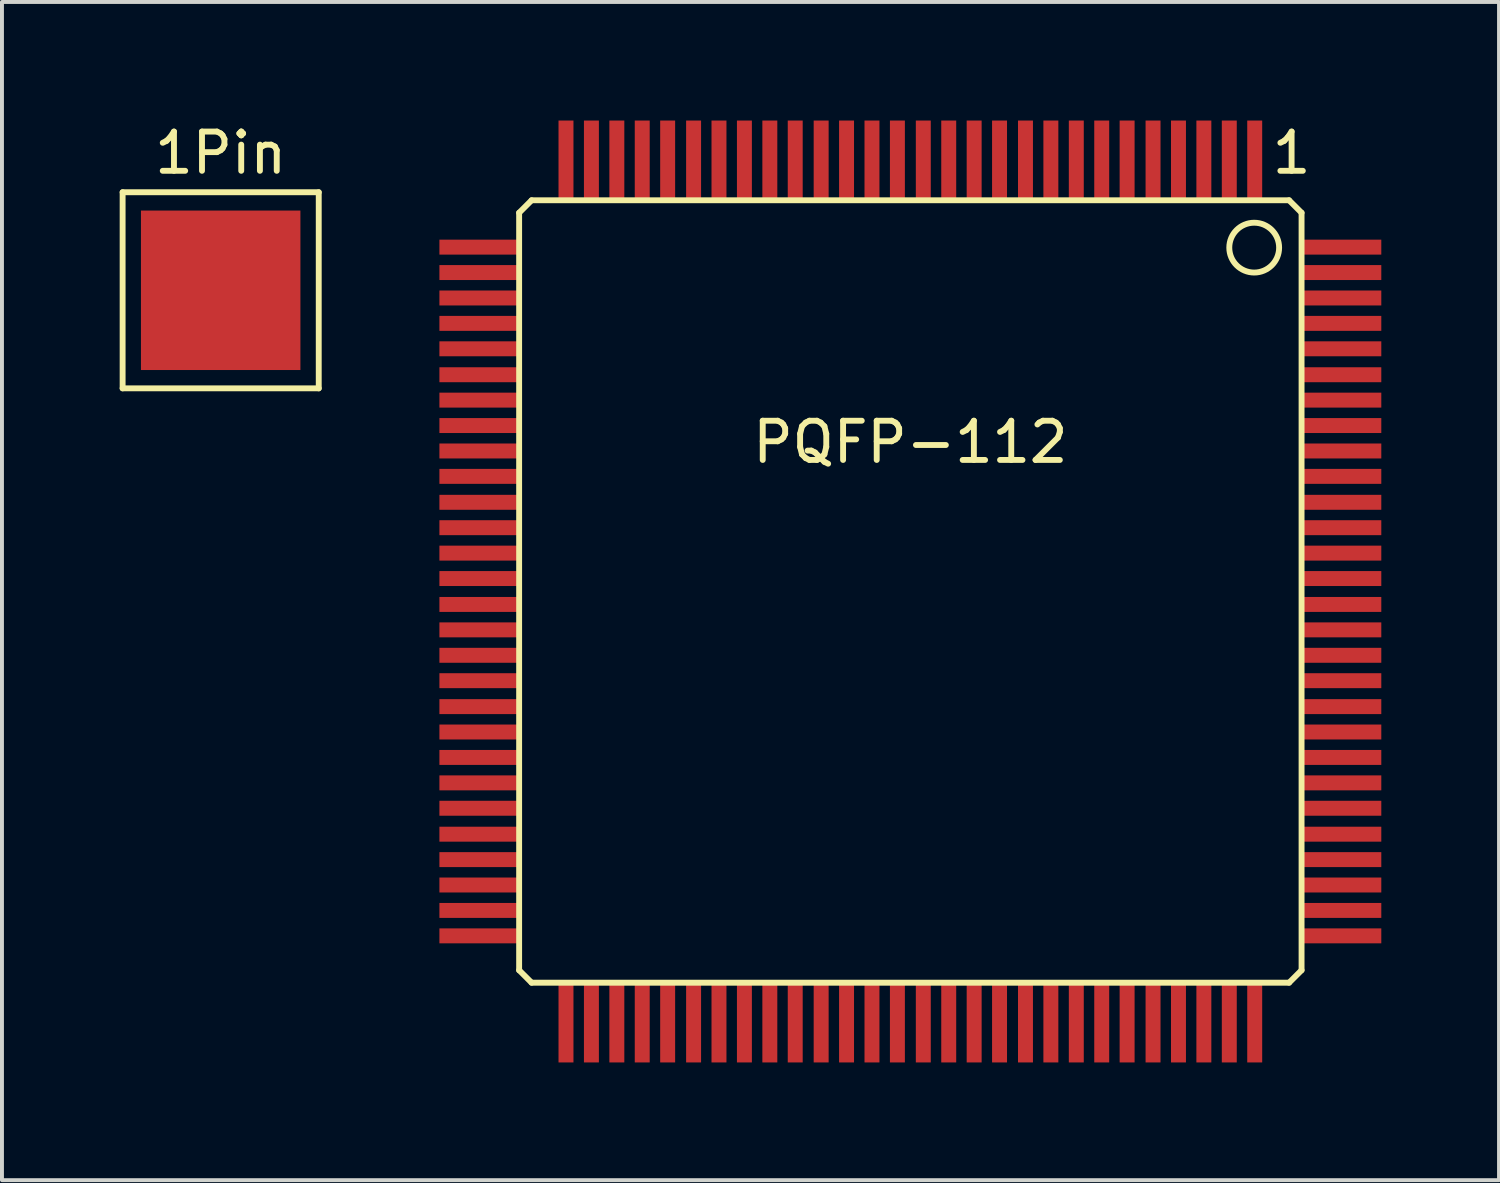
<source format=kicad_pcb>
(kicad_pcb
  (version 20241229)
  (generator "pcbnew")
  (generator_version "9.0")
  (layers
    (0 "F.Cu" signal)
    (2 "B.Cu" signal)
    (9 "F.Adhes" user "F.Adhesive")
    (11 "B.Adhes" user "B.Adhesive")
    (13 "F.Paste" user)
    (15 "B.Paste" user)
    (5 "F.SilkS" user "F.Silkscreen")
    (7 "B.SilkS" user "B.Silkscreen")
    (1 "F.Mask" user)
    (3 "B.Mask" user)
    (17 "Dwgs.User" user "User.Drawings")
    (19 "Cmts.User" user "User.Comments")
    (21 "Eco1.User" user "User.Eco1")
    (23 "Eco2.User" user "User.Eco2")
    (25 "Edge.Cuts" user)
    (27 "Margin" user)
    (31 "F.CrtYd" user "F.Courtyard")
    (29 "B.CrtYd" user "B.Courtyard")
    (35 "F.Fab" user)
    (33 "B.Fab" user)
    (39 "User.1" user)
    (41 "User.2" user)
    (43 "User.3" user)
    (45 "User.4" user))
  (footprint "PQFP-112"
    (layer "F.Cu")
    (at 20.15 12.024)
    (property "Reference" "PQFP-112" (at 0 -3.807 0) (layer "F.SilkS") (effects (font (size 1 1) (thickness 0.15))))
    (attr smd)
    (fp_line (start -9.97 -9.652) (end -9.97 9.652) (stroke (width 0.15) (type solid)) (layer "F.SilkS"))
    (fp_line (start -9.97 -9.652) (end -9.652 -9.97) (stroke (width 0.15) (type solid)) (layer "F.SilkS"))
    (fp_line (start -9.97 9.652) (end -9.652 9.97) (stroke (width 0.15) (type solid)) (layer "F.SilkS"))
    (fp_line (start -9.652 -9.97) (end 9.652 -9.97) (stroke (width 0.15) (type solid)) (layer "F.SilkS"))
    (fp_line (start 9.652 9.97) (end -9.652 9.97) (stroke (width 0.15) (type solid)) (layer "F.SilkS"))
    (fp_line (start 9.97 -9.652) (end 9.652 -9.97) (stroke (width 0.15) (type solid)) (layer "F.SilkS"))
    (fp_line (start 9.97 9.652) (end 9.652 9.97) (stroke (width 0.15) (type solid)) (layer "F.SilkS"))
    (fp_line (start 9.97 9.652) (end 9.97 -9.652) (stroke (width 0.15) (type solid)) (layer "F.SilkS"))
    (fp_circle (center 8.763 -8.763) (end 8.763 -8.128) (stroke (width 0.15) (type solid)) (fill no) (layer "F.SilkS"))
    (fp_text user "1" (at 9.716 -11.176 0) (layer "F.SilkS") (effects (font (size 1 1) (thickness 0.15))))
    (pad "1" smd rect (at 8.776 -10.986 90) (size 2.032 0.381) (layers "F.Cu" "F.Mask" "F.Paste"))
    (pad "2" smd rect (at 8.128 -10.986 90) (size 2.032 0.381) (layers "F.Cu" "F.Mask" "F.Paste"))
    (pad "3" smd rect (at 7.48 -10.986 90) (size 2.032 0.381) (layers "F.Cu" "F.Mask" "F.Paste"))
    (pad "4" smd rect (at 6.833 -10.986 90) (size 2.032 0.381) (layers "F.Cu" "F.Mask" "F.Paste"))
    (pad "5" smd rect (at 6.185 -10.986 90) (size 2.032 0.381) (layers "F.Cu" "F.Mask" "F.Paste"))
    (pad "6" smd rect (at 5.524 -10.986 90) (size 2.032 0.381) (layers "F.Cu" "F.Mask" "F.Paste"))
    (pad "7" smd rect (at 4.877 -10.986 90) (size 2.032 0.381) (layers "F.Cu" "F.Mask" "F.Paste"))
    (pad "8" smd rect (at 4.229 -10.986 90) (size 2.032 0.381) (layers "F.Cu" "F.Mask" "F.Paste"))
    (pad "9" smd rect (at 3.581 -10.986 90) (size 2.032 0.381) (layers "F.Cu" "F.Mask" "F.Paste"))
    (pad "10" smd rect (at 2.934 -10.986 90) (size 2.032 0.381) (layers "F.Cu" "F.Mask" "F.Paste"))
    (pad "11" smd rect (at 2.273 -10.986 90) (size 2.032 0.381) (layers "F.Cu" "F.Mask" "F.Paste"))
    (pad "12" smd rect (at 1.626 -10.986 90) (size 2.032 0.381) (layers "F.Cu" "F.Mask" "F.Paste"))
    (pad "13" smd rect (at 0.978 -10.986 90) (size 2.032 0.381) (layers "F.Cu" "F.Mask" "F.Paste"))
    (pad "14" smd rect (at 0.33 -10.986 90) (size 2.032 0.381) (layers "F.Cu" "F.Mask" "F.Paste"))
    (pad "15" smd rect (at -0.33 -10.986 90) (size 2.032 0.381) (layers "F.Cu" "F.Mask" "F.Paste"))
    (pad "16" smd rect (at -0.978 -10.986 90) (size 2.032 0.381) (layers "F.Cu" "F.Mask" "F.Paste"))
    (pad "17" smd rect (at -1.626 -10.986 90) (size 2.032 0.381) (layers "F.Cu" "F.Mask" "F.Paste"))
    (pad "18" smd rect (at -2.273 -10.986 90) (size 2.032 0.381) (layers "F.Cu" "F.Mask" "F.Paste"))
    (pad "19" smd rect (at -2.934 -10.986 90) (size 2.032 0.381) (layers "F.Cu" "F.Mask" "F.Paste"))
    (pad "20" smd rect (at -3.581 -10.986 90) (size 2.032 0.381) (layers "F.Cu" "F.Mask" "F.Paste"))
    (pad "21" smd rect (at -4.229 -10.986 90) (size 2.032 0.381) (layers "F.Cu" "F.Mask" "F.Paste"))
    (pad "22" smd rect (at -4.877 -10.986 90) (size 2.032 0.381) (layers "F.Cu" "F.Mask" "F.Paste"))
    (pad "23" smd rect (at -5.524 -10.986 90) (size 2.032 0.381) (layers "F.Cu" "F.Mask" "F.Paste"))
    (pad "24" smd rect (at -6.185 -10.986 90) (size 2.032 0.381) (layers "F.Cu" "F.Mask" "F.Paste"))
    (pad "25" smd rect (at -6.833 -10.986 90) (size 2.032 0.381) (layers "F.Cu" "F.Mask" "F.Paste"))
    (pad "26" smd rect (at -7.48 -10.986 90) (size 2.032 0.381) (layers "F.Cu" "F.Mask" "F.Paste"))
    (pad "27" smd rect (at -8.128 -10.986 90) (size 2.032 0.381) (layers "F.Cu" "F.Mask" "F.Paste"))
    (pad "28" smd rect (at -8.776 -10.986 90) (size 2.032 0.381) (layers "F.Cu" "F.Mask" "F.Paste"))
    (pad "29" smd rect (at -10.986 -8.776) (size 2.032 0.381) (layers "F.Cu" "F.Mask" "F.Paste"))
    (pad "30" smd rect (at -10.986 -8.128) (size 2.032 0.381) (layers "F.Cu" "F.Mask" "F.Paste"))
    (pad "31" smd rect (at -10.986 -7.48) (size 2.032 0.381) (layers "F.Cu" "F.Mask" "F.Paste"))
    (pad "32" smd rect (at -10.986 -6.833) (size 2.032 0.381) (layers "F.Cu" "F.Mask" "F.Paste"))
    (pad "33" smd rect (at -10.986 -6.185) (size 2.032 0.381) (layers "F.Cu" "F.Mask" "F.Paste"))
    (pad "34" smd rect (at -10.986 -5.524) (size 2.032 0.381) (layers "F.Cu" "F.Mask" "F.Paste"))
    (pad "35" smd rect (at -10.986 -4.877) (size 2.032 0.381) (layers "F.Cu" "F.Mask" "F.Paste"))
    (pad "36" smd rect (at -10.986 -4.229) (size 2.032 0.381) (layers "F.Cu" "F.Mask" "F.Paste"))
    (pad "37" smd rect (at -10.986 -3.581) (size 2.032 0.381) (layers "F.Cu" "F.Mask" "F.Paste"))
    (pad "38" smd rect (at -10.986 -2.934) (size 2.032 0.381) (layers "F.Cu" "F.Mask" "F.Paste"))
    (pad "39" smd rect (at -10.986 -2.273) (size 2.032 0.381) (layers "F.Cu" "F.Mask" "F.Paste"))
    (pad "40" smd rect (at -10.986 -1.626) (size 2.032 0.381) (layers "F.Cu" "F.Mask" "F.Paste"))
    (pad "41" smd rect (at -10.986 -0.978) (size 2.032 0.381) (layers "F.Cu" "F.Mask" "F.Paste"))
    (pad "42" smd rect (at -10.986 -0.33) (size 2.032 0.381) (layers "F.Cu" "F.Mask" "F.Paste"))
    (pad "43" smd rect (at -10.986 0.33) (size 2.032 0.381) (layers "F.Cu" "F.Mask" "F.Paste"))
    (pad "44" smd rect (at -10.986 0.978) (size 2.032 0.381) (layers "F.Cu" "F.Mask" "F.Paste"))
    (pad "45" smd rect (at -10.986 1.626) (size 2.032 0.381) (layers "F.Cu" "F.Mask" "F.Paste"))
    (pad "46" smd rect (at -10.986 2.273) (size 2.032 0.381) (layers "F.Cu" "F.Mask" "F.Paste"))
    (pad "47" smd rect (at -10.986 2.934) (size 2.032 0.381) (layers "F.Cu" "F.Mask" "F.Paste"))
    (pad "48" smd rect (at -10.986 3.581) (size 2.032 0.381) (layers "F.Cu" "F.Mask" "F.Paste"))
    (pad "49" smd rect (at -10.986 4.229) (size 2.032 0.381) (layers "F.Cu" "F.Mask" "F.Paste"))
    (pad "50" smd rect (at -10.986 4.877) (size 2.032 0.381) (layers "F.Cu" "F.Mask" "F.Paste"))
    (pad "51" smd rect (at -10.986 5.524) (size 2.032 0.381) (layers "F.Cu" "F.Mask" "F.Paste"))
    (pad "52" smd rect (at -10.986 6.185) (size 2.032 0.381) (layers "F.Cu" "F.Mask" "F.Paste"))
    (pad "53" smd rect (at -10.986 6.833) (size 2.032 0.381) (layers "F.Cu" "F.Mask" "F.Paste"))
    (pad "54" smd rect (at -10.986 7.48) (size 2.032 0.381) (layers "F.Cu" "F.Mask" "F.Paste"))
    (pad "55" smd rect (at -10.986 8.128) (size 2.032 0.381) (layers "F.Cu" "F.Mask" "F.Paste"))
    (pad "56" smd rect (at -10.986 8.776) (size 2.032 0.381) (layers "F.Cu" "F.Mask" "F.Paste"))
    (pad "57" smd rect (at -8.776 10.986 90) (size 2.032 0.381) (layers "F.Cu" "F.Mask" "F.Paste"))
    (pad "58" smd rect (at -8.128 10.986 90) (size 2.032 0.381) (layers "F.Cu" "F.Mask" "F.Paste"))
    (pad "59" smd rect (at -7.48 10.986 90) (size 2.032 0.381) (layers "F.Cu" "F.Mask" "F.Paste"))
    (pad "60" smd rect (at -6.833 10.986 90) (size 2.032 0.381) (layers "F.Cu" "F.Mask" "F.Paste"))
    (pad "61" smd rect (at -6.185 10.986 90) (size 2.032 0.381) (layers "F.Cu" "F.Mask" "F.Paste"))
    (pad "62" smd rect (at -5.524 10.986 90) (size 2.032 0.381) (layers "F.Cu" "F.Mask" "F.Paste"))
    (pad "63" smd rect (at -4.877 10.986 90) (size 2.032 0.381) (layers "F.Cu" "F.Mask" "F.Paste"))
    (pad "64" smd rect (at -4.229 10.986 90) (size 2.032 0.381) (layers "F.Cu" "F.Mask" "F.Paste"))
    (pad "65" smd rect (at -3.581 10.986 90) (size 2.032 0.381) (layers "F.Cu" "F.Mask" "F.Paste"))
    (pad "66" smd rect (at -2.934 10.986 90) (size 2.032 0.381) (layers "F.Cu" "F.Mask" "F.Paste"))
    (pad "67" smd rect (at -2.273 10.986 90) (size 2.032 0.381) (layers "F.Cu" "F.Mask" "F.Paste"))
    (pad "68" smd rect (at -1.626 10.986 90) (size 2.032 0.381) (layers "F.Cu" "F.Mask" "F.Paste"))
    (pad "69" smd rect (at -0.978 10.986 90) (size 2.032 0.381) (layers "F.Cu" "F.Mask" "F.Paste"))
    (pad "70" smd rect (at -0.33 10.986 90) (size 2.032 0.381) (layers "F.Cu" "F.Mask" "F.Paste"))
    (pad "71" smd rect (at 0.33 10.986 90) (size 2.032 0.381) (layers "F.Cu" "F.Mask" "F.Paste"))
    (pad "72" smd rect (at 0.978 10.986 90) (size 2.032 0.381) (layers "F.Cu" "F.Mask" "F.Paste"))
    (pad "73" smd rect (at 1.626 10.986 90) (size 2.032 0.381) (layers "F.Cu" "F.Mask" "F.Paste"))
    (pad "74" smd rect (at 2.273 10.986 90) (size 2.032 0.381) (layers "F.Cu" "F.Mask" "F.Paste"))
    (pad "75" smd rect (at 2.934 10.986 90) (size 2.032 0.381) (layers "F.Cu" "F.Mask" "F.Paste"))
    (pad "76" smd rect (at 3.581 10.986 90) (size 2.032 0.381) (layers "F.Cu" "F.Mask" "F.Paste"))
    (pad "77" smd rect (at 4.229 10.986 90) (size 2.032 0.381) (layers "F.Cu" "F.Mask" "F.Paste"))
    (pad "78" smd rect (at 4.877 10.986 90) (size 2.032 0.381) (layers "F.Cu" "F.Mask" "F.Paste"))
    (pad "79" smd rect (at 5.524 10.986 90) (size 2.032 0.381) (layers "F.Cu" "F.Mask" "F.Paste"))
    (pad "80" smd rect (at 6.185 10.986 90) (size 2.032 0.381) (layers "F.Cu" "F.Mask" "F.Paste"))
    (pad "81" smd rect (at 6.833 10.986 90) (size 2.032 0.381) (layers "F.Cu" "F.Mask" "F.Paste"))
    (pad "82" smd rect (at 7.48 10.986 90) (size 2.032 0.381) (layers "F.Cu" "F.Mask" "F.Paste"))
    (pad "83" smd rect (at 8.128 10.986 90) (size 2.032 0.381) (layers "F.Cu" "F.Mask" "F.Paste"))
    (pad "84" smd rect (at 8.776 10.986 90) (size 2.032 0.381) (layers "F.Cu" "F.Mask" "F.Paste"))
    (pad "85" smd rect (at 10.986 8.776) (size 2.032 0.381) (layers "F.Cu" "F.Mask" "F.Paste"))
    (pad "86" smd rect (at 10.986 8.128) (size 2.032 0.381) (layers "F.Cu" "F.Mask" "F.Paste"))
    (pad "87" smd rect (at 10.986 7.48) (size 2.032 0.381) (layers "F.Cu" "F.Mask" "F.Paste"))
    (pad "88" smd rect (at 10.986 6.833) (size 2.032 0.381) (layers "F.Cu" "F.Mask" "F.Paste"))
    (pad "89" smd rect (at 10.986 6.185) (size 2.032 0.381) (layers "F.Cu" "F.Mask" "F.Paste"))
    (pad "90" smd rect (at 10.986 5.524) (size 2.032 0.381) (layers "F.Cu" "F.Mask" "F.Paste"))
    (pad "91" smd rect (at 10.986 4.877) (size 2.032 0.381) (layers "F.Cu" "F.Mask" "F.Paste"))
    (pad "92" smd rect (at 10.986 4.229) (size 2.032 0.381) (layers "F.Cu" "F.Mask" "F.Paste"))
    (pad "93" smd rect (at 10.986 3.581) (size 2.032 0.381) (layers "F.Cu" "F.Mask" "F.Paste"))
    (pad "94" smd rect (at 10.986 2.934) (size 2.032 0.381) (layers "F.Cu" "F.Mask" "F.Paste"))
    (pad "95" smd rect (at 10.986 2.273) (size 2.032 0.381) (layers "F.Cu" "F.Mask" "F.Paste"))
    (pad "96" smd rect (at 10.986 1.626) (size 2.032 0.381) (layers "F.Cu" "F.Mask" "F.Paste"))
    (pad "97" smd rect (at 10.986 0.978) (size 2.032 0.381) (layers "F.Cu" "F.Mask" "F.Paste"))
    (pad "98" smd rect (at 10.986 0.33) (size 2.032 0.381) (layers "F.Cu" "F.Mask" "F.Paste"))
    (pad "99" smd rect (at 10.986 -0.33) (size 2.032 0.381) (layers "F.Cu" "F.Mask" "F.Paste"))
    (pad "100" smd rect (at 10.986 -0.978) (size 2.032 0.381) (layers "F.Cu" "F.Mask" "F.Paste"))
    (pad "101" smd rect (at 10.986 -1.626) (size 2.032 0.381) (layers "F.Cu" "F.Mask" "F.Paste"))
    (pad "102" smd rect (at 10.986 -2.273) (size 2.032 0.381) (layers "F.Cu" "F.Mask" "F.Paste"))
    (pad "103" smd rect (at 10.986 -2.934) (size 2.032 0.381) (layers "F.Cu" "F.Mask" "F.Paste"))
    (pad "104" smd rect (at 10.986 -3.581) (size 2.032 0.381) (layers "F.Cu" "F.Mask" "F.Paste"))
    (pad "105" smd rect (at 10.986 -4.229) (size 2.032 0.381) (layers "F.Cu" "F.Mask" "F.Paste"))
    (pad "106" smd rect (at 10.986 -4.877) (size 2.032 0.381) (layers "F.Cu" "F.Mask" "F.Paste"))
    (pad "107" smd rect (at 10.986 -5.524) (size 2.032 0.381) (layers "F.Cu" "F.Mask" "F.Paste"))
    (pad "108" smd rect (at 10.986 -6.185) (size 2.032 0.381) (layers "F.Cu" "F.Mask" "F.Paste"))
    (pad "109" smd rect (at 10.986 -6.833) (size 2.032 0.381) (layers "F.Cu" "F.Mask" "F.Paste"))
    (pad "110" smd rect (at 10.986 -7.48) (size 2.032 0.381) (layers "F.Cu" "F.Mask" "F.Paste"))
    (pad "111" smd rect (at 10.986 -8.128) (size 2.032 0.381) (layers "F.Cu" "F.Mask" "F.Paste"))
    (pad "112" smd rect (at 10.986 -8.776) (size 2.032 0.381) (layers "F.Cu" "F.Mask" "F.Paste")))
  (footprint "1Pin"
    (layer "F.Cu")
    (at 2.574 4.348)
    (property "Reference" "1Pin" (at 0 -3.5 0) (layer "F.SilkS") (effects (font (size 1 1) (thickness 0.15))))
    (attr through_hole)
    (fp_line (start -2.499 -2.499) (end 2.499 -2.499) (stroke (width 0.15) (type solid)) (layer "F.SilkS"))
    (fp_line (start -2.499 2.499) (end -2.499 -2.499) (stroke (width 0.15) (type solid)) (layer "F.SilkS"))
    (fp_line (start 2.499 -2.499) (end 2.499 2.499) (stroke (width 0.15) (type solid)) (layer "F.SilkS"))
    (fp_line (start 2.499 2.499) (end -2.499 2.499) (stroke (width 0.15) (type solid)) (layer "F.SilkS"))
    (pad "1" smd rect (at 0 0) (size 4.064 4.064) (layers "F.Cu" "F.Mask" "F.Paste")))
  (gr_rect
    (start -3 -3)
    (end 35.152 27.026)
    (stroke (width 0.1) (type default))
    (fill no)
    (layer "Edge.Cuts")))
</source>
